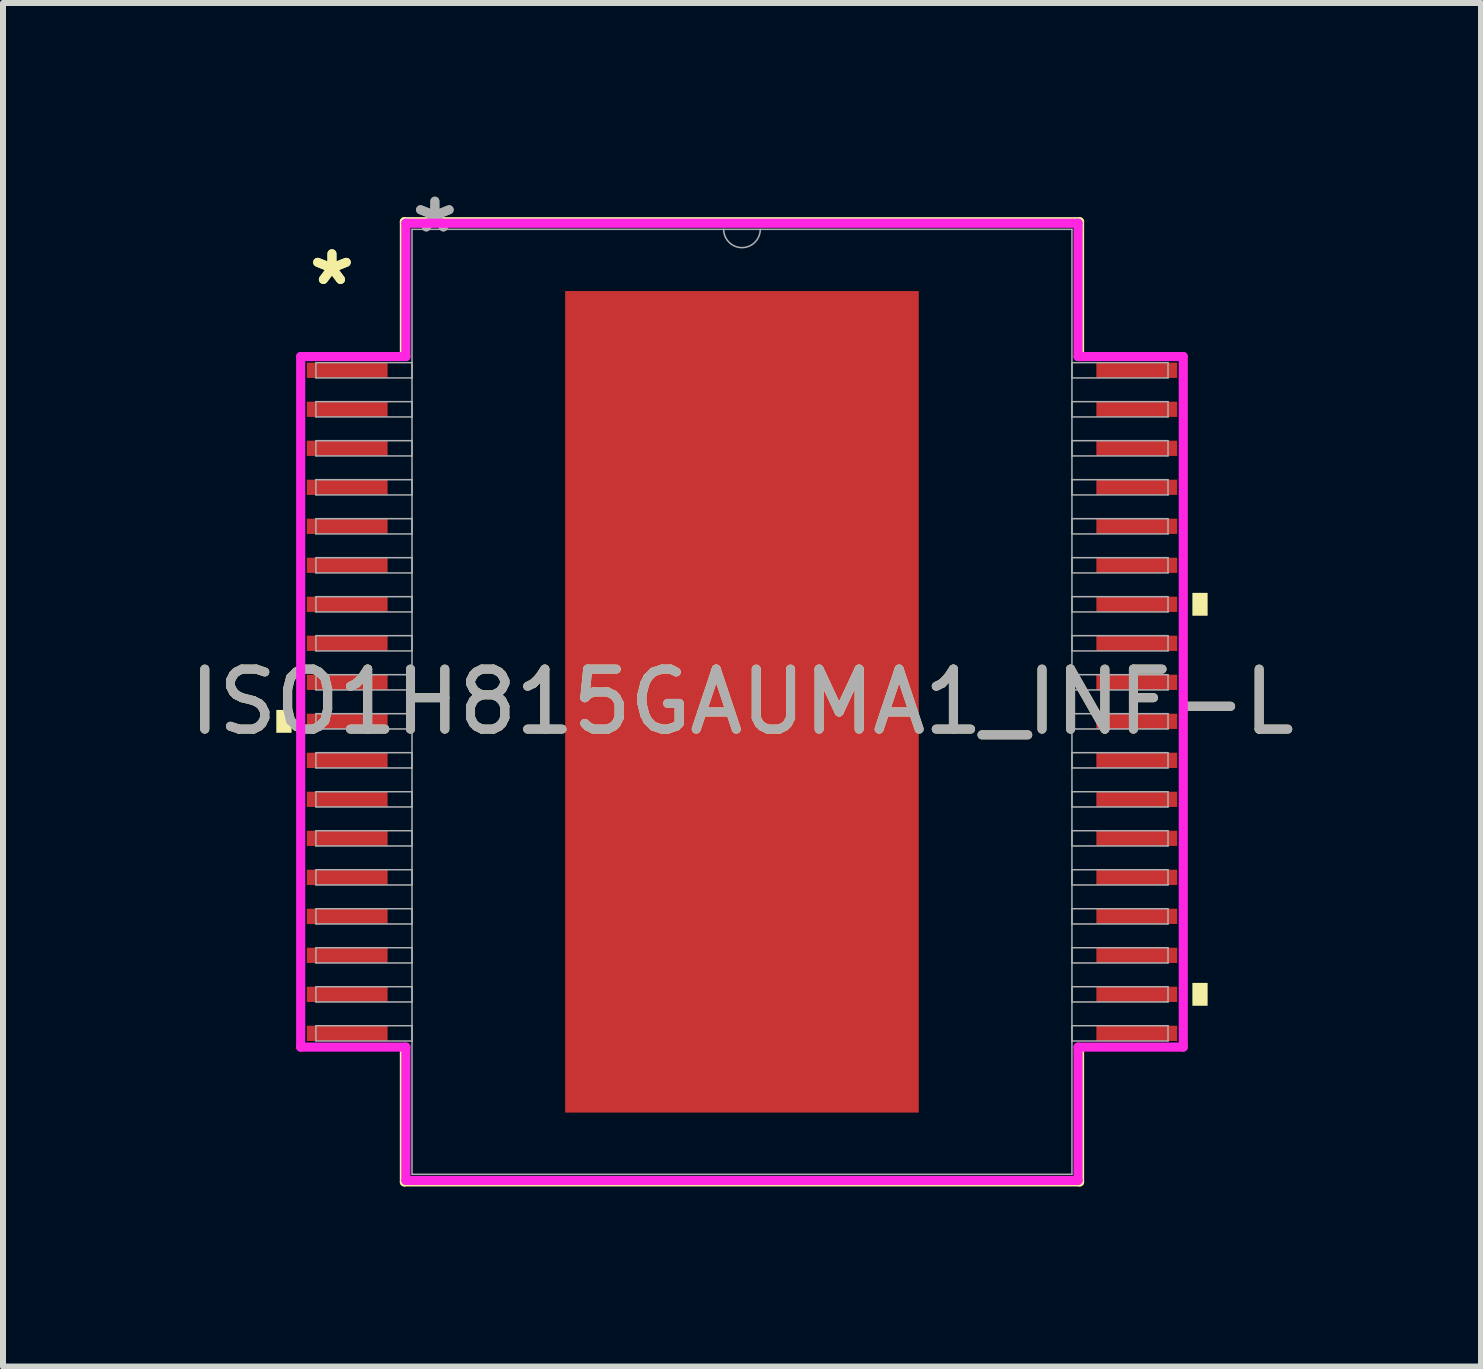
<source format=kicad_pcb>
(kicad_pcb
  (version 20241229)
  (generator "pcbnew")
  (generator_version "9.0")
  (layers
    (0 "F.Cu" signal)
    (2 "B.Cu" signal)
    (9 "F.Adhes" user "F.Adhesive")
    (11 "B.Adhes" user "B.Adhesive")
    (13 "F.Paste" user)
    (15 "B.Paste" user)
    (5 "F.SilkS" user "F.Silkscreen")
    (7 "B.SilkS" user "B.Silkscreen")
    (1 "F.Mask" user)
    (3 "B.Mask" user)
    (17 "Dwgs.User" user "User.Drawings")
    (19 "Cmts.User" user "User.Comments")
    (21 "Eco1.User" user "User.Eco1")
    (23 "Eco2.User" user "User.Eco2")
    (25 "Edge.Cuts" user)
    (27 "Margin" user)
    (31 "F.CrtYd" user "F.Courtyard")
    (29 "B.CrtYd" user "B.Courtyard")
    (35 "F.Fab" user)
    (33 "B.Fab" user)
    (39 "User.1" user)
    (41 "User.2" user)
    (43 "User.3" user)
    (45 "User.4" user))
  (footprint "ISO1H815GAUMA1_INF-L"
    (layer "F.Cu")
    (at 9.315 8.646)
    (property "Reference" "ISO1H815GAUMA1_INF-L" (at 0 0 0) (unlocked yes) (layer "F.SilkS") (effects (font (size 1 1) (thickness 0.15))))
    (attr smd)
    (fp_line (start -5.626 -8.001) (end -5.626 -5.832) (stroke (width 0.152) (type solid)) (layer "F.SilkS"))
    (fp_line (start -5.626 5.832) (end -5.626 8.001) (stroke (width 0.152) (type solid)) (layer "F.SilkS"))
    (fp_line (start -5.626 8.001) (end 5.626 8.001) (stroke (width 0.152) (type solid)) (layer "F.SilkS"))
    (fp_line (start 5.626 -8.001) (end -5.626 -8.001) (stroke (width 0.152) (type solid)) (layer "F.SilkS"))
    (fp_line (start 5.626 -5.832) (end 5.626 -8.001) (stroke (width 0.152) (type solid)) (layer "F.SilkS"))
    (fp_line (start 5.626 8.001) (end 5.626 5.832) (stroke (width 0.152) (type solid)) (layer "F.SilkS"))
    (fp_poly (pts (xy -7.76 0.135) (xy -7.76 0.516) (xy -7.506 0.516) (xy -7.506 0.135)) (stroke (width 0) (type solid)) (fill yes) (layer "F.SilkS"))
    (fp_poly (pts (xy 7.76 -1.816) (xy 7.76 -1.435) (xy 7.506 -1.435) (xy 7.506 -1.816)) (stroke (width 0) (type solid)) (fill yes) (layer "F.SilkS"))
    (fp_poly (pts (xy 7.76 4.684) (xy 7.76 5.065) (xy 7.506 5.065) (xy 7.506 4.684)) (stroke (width 0) (type solid)) (fill yes) (layer "F.SilkS"))
    (fp_poly (pts (xy -2.846 -6.745) (xy -2.846 -5.576) (xy -1.573 -5.576) (xy -1.573 -6.745)) (stroke (width 0) (type solid)) (fill yes) (layer "F.Paste"))
    (fp_poly (pts (xy -2.846 -5.376) (xy -2.846 -4.207) (xy -1.573 -4.207) (xy -1.573 -5.376)) (stroke (width 0) (type solid)) (fill yes) (layer "F.Paste"))
    (fp_poly (pts (xy -2.846 -4.007) (xy -2.846 -2.838) (xy -1.573 -2.838) (xy -1.573 -4.007)) (stroke (width 0) (type solid)) (fill yes) (layer "F.Paste"))
    (fp_poly (pts (xy -2.846 -2.638) (xy -2.846 -1.469) (xy -1.573 -1.469) (xy -1.573 -2.638)) (stroke (width 0) (type solid)) (fill yes) (layer "F.Paste"))
    (fp_poly (pts (xy -2.846 -1.269) (xy -2.846 -0.1) (xy -1.573 -0.1) (xy -1.573 -1.269)) (stroke (width 0) (type solid)) (fill yes) (layer "F.Paste"))
    (fp_poly (pts (xy -2.846 0.1) (xy -2.846 1.269) (xy -1.573 1.269) (xy -1.573 0.1)) (stroke (width 0) (type solid)) (fill yes) (layer "F.Paste"))
    (fp_poly (pts (xy -2.846 1.469) (xy -2.846 2.638) (xy -1.573 2.638) (xy -1.573 1.469)) (stroke (width 0) (type solid)) (fill yes) (layer "F.Paste"))
    (fp_poly (pts (xy -2.846 2.838) (xy -2.846 4.007) (xy -1.573 4.007) (xy -1.573 2.838)) (stroke (width 0) (type solid)) (fill yes) (layer "F.Paste"))
    (fp_poly (pts (xy -2.846 4.207) (xy -2.846 5.376) (xy -1.573 5.376) (xy -1.573 4.207)) (stroke (width 0) (type solid)) (fill yes) (layer "F.Paste"))
    (fp_poly (pts (xy -2.846 5.576) (xy -2.846 6.745) (xy -1.573 6.745) (xy -1.573 5.576)) (stroke (width 0) (type solid)) (fill yes) (layer "F.Paste"))
    (fp_poly (pts (xy -1.373 -6.745) (xy -1.373 -5.576) (xy -0.1 -5.576) (xy -0.1 -6.745)) (stroke (width 0) (type solid)) (fill yes) (layer "F.Paste"))
    (fp_poly (pts (xy -1.373 -5.376) (xy -1.373 -4.207) (xy -0.1 -4.207) (xy -0.1 -5.376)) (stroke (width 0) (type solid)) (fill yes) (layer "F.Paste"))
    (fp_poly (pts (xy -1.373 -4.007) (xy -1.373 -2.838) (xy -0.1 -2.838) (xy -0.1 -4.007)) (stroke (width 0) (type solid)) (fill yes) (layer "F.Paste"))
    (fp_poly (pts (xy -1.373 -2.638) (xy -1.373 -1.469) (xy -0.1 -1.469) (xy -0.1 -2.638)) (stroke (width 0) (type solid)) (fill yes) (layer "F.Paste"))
    (fp_poly (pts (xy -1.373 -1.269) (xy -1.373 -0.1) (xy -0.1 -0.1) (xy -0.1 -1.269)) (stroke (width 0) (type solid)) (fill yes) (layer "F.Paste"))
    (fp_poly (pts (xy -1.373 0.1) (xy -1.373 1.269) (xy -0.1 1.269) (xy -0.1 0.1)) (stroke (width 0) (type solid)) (fill yes) (layer "F.Paste"))
    (fp_poly (pts (xy -1.373 1.469) (xy -1.373 2.638) (xy -0.1 2.638) (xy -0.1 1.469)) (stroke (width 0) (type solid)) (fill yes) (layer "F.Paste"))
    (fp_poly (pts (xy -1.373 2.838) (xy -1.373 4.007) (xy -0.1 4.007) (xy -0.1 2.838)) (stroke (width 0) (type solid)) (fill yes) (layer "F.Paste"))
    (fp_poly (pts (xy -1.373 4.207) (xy -1.373 5.376) (xy -0.1 5.376) (xy -0.1 4.207)) (stroke (width 0) (type solid)) (fill yes) (layer "F.Paste"))
    (fp_poly (pts (xy -1.373 5.576) (xy -1.373 6.745) (xy -0.1 6.745) (xy -0.1 5.576)) (stroke (width 0) (type solid)) (fill yes) (layer "F.Paste"))
    (fp_poly (pts (xy 0.1 -6.745) (xy 0.1 -5.576) (xy 1.373 -5.576) (xy 1.373 -6.745)) (stroke (width 0) (type solid)) (fill yes) (layer "F.Paste"))
    (fp_poly (pts (xy 0.1 -5.376) (xy 0.1 -4.207) (xy 1.373 -4.207) (xy 1.373 -5.376)) (stroke (width 0) (type solid)) (fill yes) (layer "F.Paste"))
    (fp_poly (pts (xy 0.1 -4.007) (xy 0.1 -2.838) (xy 1.373 -2.838) (xy 1.373 -4.007)) (stroke (width 0) (type solid)) (fill yes) (layer "F.Paste"))
    (fp_poly (pts (xy 0.1 -2.638) (xy 0.1 -1.469) (xy 1.373 -1.469) (xy 1.373 -2.638)) (stroke (width 0) (type solid)) (fill yes) (layer "F.Paste"))
    (fp_poly (pts (xy 0.1 -1.269) (xy 0.1 -0.1) (xy 1.373 -0.1) (xy 1.373 -1.269)) (stroke (width 0) (type solid)) (fill yes) (layer "F.Paste"))
    (fp_poly (pts (xy 0.1 0.1) (xy 0.1 1.269) (xy 1.373 1.269) (xy 1.373 0.1)) (stroke (width 0) (type solid)) (fill yes) (layer "F.Paste"))
    (fp_poly (pts (xy 0.1 1.469) (xy 0.1 2.638) (xy 1.373 2.638) (xy 1.373 1.469)) (stroke (width 0) (type solid)) (fill yes) (layer "F.Paste"))
    (fp_poly (pts (xy 0.1 2.838) (xy 0.1 4.007) (xy 1.373 4.007) (xy 1.373 2.838)) (stroke (width 0) (type solid)) (fill yes) (layer "F.Paste"))
    (fp_poly (pts (xy 0.1 4.207) (xy 0.1 5.376) (xy 1.373 5.376) (xy 1.373 4.207)) (stroke (width 0) (type solid)) (fill yes) (layer "F.Paste"))
    (fp_poly (pts (xy 0.1 5.576) (xy 0.1 6.745) (xy 1.373 6.745) (xy 1.373 5.576)) (stroke (width 0) (type solid)) (fill yes) (layer "F.Paste"))
    (fp_poly (pts (xy 1.573 -6.745) (xy 1.573 -5.576) (xy 2.846 -5.576) (xy 2.846 -6.745)) (stroke (width 0) (type solid)) (fill yes) (layer "F.Paste"))
    (fp_poly (pts (xy 1.573 -5.376) (xy 1.573 -4.207) (xy 2.846 -4.207) (xy 2.846 -5.376)) (stroke (width 0) (type solid)) (fill yes) (layer "F.Paste"))
    (fp_poly (pts (xy 1.573 -4.007) (xy 1.573 -2.838) (xy 2.846 -2.838) (xy 2.846 -4.007)) (stroke (width 0) (type solid)) (fill yes) (layer "F.Paste"))
    (fp_poly (pts (xy 1.573 -2.638) (xy 1.573 -1.469) (xy 2.846 -1.469) (xy 2.846 -2.638)) (stroke (width 0) (type solid)) (fill yes) (layer "F.Paste"))
    (fp_poly (pts (xy 1.573 -1.269) (xy 1.573 -0.1) (xy 2.846 -0.1) (xy 2.846 -1.269)) (stroke (width 0) (type solid)) (fill yes) (layer "F.Paste"))
    (fp_poly (pts (xy 1.573 0.1) (xy 1.573 1.269) (xy 2.846 1.269) (xy 2.846 0.1)) (stroke (width 0) (type solid)) (fill yes) (layer "F.Paste"))
    (fp_poly (pts (xy 1.573 1.469) (xy 1.573 2.638) (xy 2.846 2.638) (xy 2.846 1.469)) (stroke (width 0) (type solid)) (fill yes) (layer "F.Paste"))
    (fp_poly (pts (xy 1.573 2.838) (xy 1.573 4.007) (xy 2.846 4.007) (xy 2.846 2.838)) (stroke (width 0) (type solid)) (fill yes) (layer "F.Paste"))
    (fp_poly (pts (xy 1.573 4.207) (xy 1.573 5.376) (xy 2.846 5.376) (xy 2.846 4.207)) (stroke (width 0) (type solid)) (fill yes) (layer "F.Paste"))
    (fp_poly (pts (xy 1.573 5.576) (xy 1.573 6.745) (xy 2.846 6.745) (xy 2.846 5.576)) (stroke (width 0) (type solid)) (fill yes) (layer "F.Paste"))
    (fp_line (start -7.354 -5.754) (end -5.601 -5.754) (stroke (width 0.152) (type solid)) (layer "F.CrtYd"))
    (fp_line (start -7.354 5.754) (end -7.354 -5.754) (stroke (width 0.152) (type solid)) (layer "F.CrtYd"))
    (fp_line (start -7.354 5.754) (end -5.601 5.754) (stroke (width 0.152) (type solid)) (layer "F.CrtYd"))
    (fp_line (start -5.601 -7.976) (end 5.601 -7.976) (stroke (width 0.152) (type solid)) (layer "F.CrtYd"))
    (fp_line (start -5.601 -5.754) (end -5.601 -7.976) (stroke (width 0.152) (type solid)) (layer "F.CrtYd"))
    (fp_line (start -5.601 7.976) (end -5.601 5.754) (stroke (width 0.152) (type solid)) (layer "F.CrtYd"))
    (fp_line (start 5.601 -7.976) (end 5.601 -5.754) (stroke (width 0.152) (type solid)) (layer "F.CrtYd"))
    (fp_line (start 5.601 5.754) (end 5.601 7.976) (stroke (width 0.152) (type solid)) (layer "F.CrtYd"))
    (fp_line (start 5.601 7.976) (end -5.601 7.976) (stroke (width 0.152) (type solid)) (layer "F.CrtYd"))
    (fp_line (start 7.354 -5.754) (end 5.601 -5.754) (stroke (width 0.152) (type solid)) (layer "F.CrtYd"))
    (fp_line (start 7.354 -5.754) (end 7.354 5.754) (stroke (width 0.152) (type solid)) (layer "F.CrtYd"))
    (fp_line (start 7.354 5.754) (end 5.601 5.754) (stroke (width 0.152) (type solid)) (layer "F.CrtYd"))
    (fp_line (start -7.1 -5.652) (end -7.1 -5.398) (stroke (width 0.025) (type solid)) (layer "F.Fab"))
    (fp_line (start -7.1 -5.398) (end -5.499 -5.398) (stroke (width 0.025) (type solid)) (layer "F.Fab"))
    (fp_line (start -7.1 -5.002) (end -7.1 -4.748) (stroke (width 0.025) (type solid)) (layer "F.Fab"))
    (fp_line (start -7.1 -4.748) (end -5.499 -4.748) (stroke (width 0.025) (type solid)) (layer "F.Fab"))
    (fp_line (start -7.1 -4.352) (end -7.1 -4.098) (stroke (width 0.025) (type solid)) (layer "F.Fab"))
    (fp_line (start -7.1 -4.098) (end -5.499 -4.098) (stroke (width 0.025) (type solid)) (layer "F.Fab"))
    (fp_line (start -7.1 -3.702) (end -7.1 -3.448) (stroke (width 0.025) (type solid)) (layer "F.Fab"))
    (fp_line (start -7.1 -3.448) (end -5.499 -3.448) (stroke (width 0.025) (type solid)) (layer "F.Fab"))
    (fp_line (start -7.1 -3.052) (end -7.1 -2.798) (stroke (width 0.025) (type solid)) (layer "F.Fab"))
    (fp_line (start -7.1 -2.798) (end -5.499 -2.798) (stroke (width 0.025) (type solid)) (layer "F.Fab"))
    (fp_line (start -7.1 -2.402) (end -7.1 -2.148) (stroke (width 0.025) (type solid)) (layer "F.Fab"))
    (fp_line (start -7.1 -2.148) (end -5.499 -2.148) (stroke (width 0.025) (type solid)) (layer "F.Fab"))
    (fp_line (start -7.1 -1.752) (end -7.1 -1.498) (stroke (width 0.025) (type solid)) (layer "F.Fab"))
    (fp_line (start -7.1 -1.498) (end -5.499 -1.498) (stroke (width 0.025) (type solid)) (layer "F.Fab"))
    (fp_line (start -7.1 -1.102) (end -7.1 -0.848) (stroke (width 0.025) (type solid)) (layer "F.Fab"))
    (fp_line (start -7.1 -0.848) (end -5.499 -0.848) (stroke (width 0.025) (type solid)) (layer "F.Fab"))
    (fp_line (start -7.1 -0.452) (end -7.1 -0.198) (stroke (width 0.025) (type solid)) (layer "F.Fab"))
    (fp_line (start -7.1 -0.198) (end -5.499 -0.198) (stroke (width 0.025) (type solid)) (layer "F.Fab"))
    (fp_line (start -7.1 0.198) (end -7.1 0.452) (stroke (width 0.025) (type solid)) (layer "F.Fab"))
    (fp_line (start -7.1 0.452) (end -5.499 0.452) (stroke (width 0.025) (type solid)) (layer "F.Fab"))
    (fp_line (start -7.1 0.848) (end -7.1 1.102) (stroke (width 0.025) (type solid)) (layer "F.Fab"))
    (fp_line (start -7.1 1.102) (end -5.499 1.102) (stroke (width 0.025) (type solid)) (layer "F.Fab"))
    (fp_line (start -7.1 1.498) (end -7.1 1.752) (stroke (width 0.025) (type solid)) (layer "F.Fab"))
    (fp_line (start -7.1 1.752) (end -5.499 1.752) (stroke (width 0.025) (type solid)) (layer "F.Fab"))
    (fp_line (start -7.1 2.148) (end -7.1 2.402) (stroke (width 0.025) (type solid)) (layer "F.Fab"))
    (fp_line (start -7.1 2.402) (end -5.499 2.402) (stroke (width 0.025) (type solid)) (layer "F.Fab"))
    (fp_line (start -7.1 2.798) (end -7.1 3.052) (stroke (width 0.025) (type solid)) (layer "F.Fab"))
    (fp_line (start -7.1 3.052) (end -5.499 3.052) (stroke (width 0.025) (type solid)) (layer "F.Fab"))
    (fp_line (start -7.1 3.448) (end -7.1 3.702) (stroke (width 0.025) (type solid)) (layer "F.Fab"))
    (fp_line (start -7.1 3.702) (end -5.499 3.702) (stroke (width 0.025) (type solid)) (layer "F.Fab"))
    (fp_line (start -7.1 4.098) (end -7.1 4.352) (stroke (width 0.025) (type solid)) (layer "F.Fab"))
    (fp_line (start -7.1 4.352) (end -5.499 4.352) (stroke (width 0.025) (type solid)) (layer "F.Fab"))
    (fp_line (start -7.1 4.748) (end -7.1 5.002) (stroke (width 0.025) (type solid)) (layer "F.Fab"))
    (fp_line (start -7.1 5.002) (end -5.499 5.002) (stroke (width 0.025) (type solid)) (layer "F.Fab"))
    (fp_line (start -7.1 5.398) (end -7.1 5.652) (stroke (width 0.025) (type solid)) (layer "F.Fab"))
    (fp_line (start -7.1 5.652) (end -5.499 5.652) (stroke (width 0.025) (type solid)) (layer "F.Fab"))
    (fp_line (start -5.499 -7.874) (end -5.499 7.874) (stroke (width 0.025) (type solid)) (layer "F.Fab"))
    (fp_line (start -5.499 -5.652) (end -7.1 -5.652) (stroke (width 0.025) (type solid)) (layer "F.Fab"))
    (fp_line (start -5.499 -5.398) (end -5.499 -5.652) (stroke (width 0.025) (type solid)) (layer "F.Fab"))
    (fp_line (start -5.499 -5.002) (end -7.1 -5.002) (stroke (width 0.025) (type solid)) (layer "F.Fab"))
    (fp_line (start -5.499 -4.748) (end -5.499 -5.002) (stroke (width 0.025) (type solid)) (layer "F.Fab"))
    (fp_line (start -5.499 -4.352) (end -7.1 -4.352) (stroke (width 0.025) (type solid)) (layer "F.Fab"))
    (fp_line (start -5.499 -4.098) (end -5.499 -4.352) (stroke (width 0.025) (type solid)) (layer "F.Fab"))
    (fp_line (start -5.499 -3.702) (end -7.1 -3.702) (stroke (width 0.025) (type solid)) (layer "F.Fab"))
    (fp_line (start -5.499 -3.448) (end -5.499 -3.702) (stroke (width 0.025) (type solid)) (layer "F.Fab"))
    (fp_line (start -5.499 -3.052) (end -7.1 -3.052) (stroke (width 0.025) (type solid)) (layer "F.Fab"))
    (fp_line (start -5.499 -2.798) (end -5.499 -3.052) (stroke (width 0.025) (type solid)) (layer "F.Fab"))
    (fp_line (start -5.499 -2.402) (end -7.1 -2.402) (stroke (width 0.025) (type solid)) (layer "F.Fab"))
    (fp_line (start -5.499 -2.148) (end -5.499 -2.402) (stroke (width 0.025) (type solid)) (layer "F.Fab"))
    (fp_line (start -5.499 -1.752) (end -7.1 -1.752) (stroke (width 0.025) (type solid)) (layer "F.Fab"))
    (fp_line (start -5.499 -1.498) (end -5.499 -1.752) (stroke (width 0.025) (type solid)) (layer "F.Fab"))
    (fp_line (start -5.499 -1.102) (end -7.1 -1.102) (stroke (width 0.025) (type solid)) (layer "F.Fab"))
    (fp_line (start -5.499 -0.848) (end -5.499 -1.102) (stroke (width 0.025) (type solid)) (layer "F.Fab"))
    (fp_line (start -5.499 -0.452) (end -7.1 -0.452) (stroke (width 0.025) (type solid)) (layer "F.Fab"))
    (fp_line (start -5.499 -0.198) (end -5.499 -0.452) (stroke (width 0.025) (type solid)) (layer "F.Fab"))
    (fp_line (start -5.499 0.198) (end -7.1 0.198) (stroke (width 0.025) (type solid)) (layer "F.Fab"))
    (fp_line (start -5.499 0.452) (end -5.499 0.198) (stroke (width 0.025) (type solid)) (layer "F.Fab"))
    (fp_line (start -5.499 0.848) (end -7.1 0.848) (stroke (width 0.025) (type solid)) (layer "F.Fab"))
    (fp_line (start -5.499 1.102) (end -5.499 0.848) (stroke (width 0.025) (type solid)) (layer "F.Fab"))
    (fp_line (start -5.499 1.498) (end -7.1 1.498) (stroke (width 0.025) (type solid)) (layer "F.Fab"))
    (fp_line (start -5.499 1.752) (end -5.499 1.498) (stroke (width 0.025) (type solid)) (layer "F.Fab"))
    (fp_line (start -5.499 2.148) (end -7.1 2.148) (stroke (width 0.025) (type solid)) (layer "F.Fab"))
    (fp_line (start -5.499 2.402) (end -5.499 2.148) (stroke (width 0.025) (type solid)) (layer "F.Fab"))
    (fp_line (start -5.499 2.798) (end -7.1 2.798) (stroke (width 0.025) (type solid)) (layer "F.Fab"))
    (fp_line (start -5.499 3.052) (end -5.499 2.798) (stroke (width 0.025) (type solid)) (layer "F.Fab"))
    (fp_line (start -5.499 3.448) (end -7.1 3.448) (stroke (width 0.025) (type solid)) (layer "F.Fab"))
    (fp_line (start -5.499 3.702) (end -5.499 3.448) (stroke (width 0.025) (type solid)) (layer "F.Fab"))
    (fp_line (start -5.499 4.098) (end -7.1 4.098) (stroke (width 0.025) (type solid)) (layer "F.Fab"))
    (fp_line (start -5.499 4.352) (end -5.499 4.098) (stroke (width 0.025) (type solid)) (layer "F.Fab"))
    (fp_line (start -5.499 4.748) (end -7.1 4.748) (stroke (width 0.025) (type solid)) (layer "F.Fab"))
    (fp_line (start -5.499 5.002) (end -5.499 4.748) (stroke (width 0.025) (type solid)) (layer "F.Fab"))
    (fp_line (start -5.499 5.398) (end -7.1 5.398) (stroke (width 0.025) (type solid)) (layer "F.Fab"))
    (fp_line (start -5.499 5.652) (end -5.499 5.398) (stroke (width 0.025) (type solid)) (layer "F.Fab"))
    (fp_line (start -5.499 7.874) (end 5.499 7.874) (stroke (width 0.025) (type solid)) (layer "F.Fab"))
    (fp_line (start 5.499 -7.874) (end -5.499 -7.874) (stroke (width 0.025) (type solid)) (layer "F.Fab"))
    (fp_line (start 5.499 -5.652) (end 5.499 -5.398) (stroke (width 0.025) (type solid)) (layer "F.Fab"))
    (fp_line (start 5.499 -5.398) (end 7.1 -5.398) (stroke (width 0.025) (type solid)) (layer "F.Fab"))
    (fp_line (start 5.499 -5.002) (end 5.499 -4.748) (stroke (width 0.025) (type solid)) (layer "F.Fab"))
    (fp_line (start 5.499 -4.748) (end 7.1 -4.748) (stroke (width 0.025) (type solid)) (layer "F.Fab"))
    (fp_line (start 5.499 -4.352) (end 5.499 -4.098) (stroke (width 0.025) (type solid)) (layer "F.Fab"))
    (fp_line (start 5.499 -4.098) (end 7.1 -4.098) (stroke (width 0.025) (type solid)) (layer "F.Fab"))
    (fp_line (start 5.499 -3.702) (end 5.499 -3.448) (stroke (width 0.025) (type solid)) (layer "F.Fab"))
    (fp_line (start 5.499 -3.448) (end 7.1 -3.448) (stroke (width 0.025) (type solid)) (layer "F.Fab"))
    (fp_line (start 5.499 -3.052) (end 5.499 -2.798) (stroke (width 0.025) (type solid)) (layer "F.Fab"))
    (fp_line (start 5.499 -2.798) (end 7.1 -2.798) (stroke (width 0.025) (type solid)) (layer "F.Fab"))
    (fp_line (start 5.499 -2.402) (end 5.499 -2.148) (stroke (width 0.025) (type solid)) (layer "F.Fab"))
    (fp_line (start 5.499 -2.148) (end 7.1 -2.148) (stroke (width 0.025) (type solid)) (layer "F.Fab"))
    (fp_line (start 5.499 -1.752) (end 5.499 -1.498) (stroke (width 0.025) (type solid)) (layer "F.Fab"))
    (fp_line (start 5.499 -1.498) (end 7.1 -1.498) (stroke (width 0.025) (type solid)) (layer "F.Fab"))
    (fp_line (start 5.499 -1.102) (end 5.499 -0.848) (stroke (width 0.025) (type solid)) (layer "F.Fab"))
    (fp_line (start 5.499 -0.848) (end 7.1 -0.848) (stroke (width 0.025) (type solid)) (layer "F.Fab"))
    (fp_line (start 5.499 -0.452) (end 5.499 -0.198) (stroke (width 0.025) (type solid)) (layer "F.Fab"))
    (fp_line (start 5.499 -0.198) (end 7.1 -0.198) (stroke (width 0.025) (type solid)) (layer "F.Fab"))
    (fp_line (start 5.499 0.198) (end 5.499 0.452) (stroke (width 0.025) (type solid)) (layer "F.Fab"))
    (fp_line (start 5.499 0.452) (end 7.1 0.452) (stroke (width 0.025) (type solid)) (layer "F.Fab"))
    (fp_line (start 5.499 0.848) (end 5.499 1.102) (stroke (width 0.025) (type solid)) (layer "F.Fab"))
    (fp_line (start 5.499 1.102) (end 7.1 1.102) (stroke (width 0.025) (type solid)) (layer "F.Fab"))
    (fp_line (start 5.499 1.498) (end 5.499 1.752) (stroke (width 0.025) (type solid)) (layer "F.Fab"))
    (fp_line (start 5.499 1.752) (end 7.1 1.752) (stroke (width 0.025) (type solid)) (layer "F.Fab"))
    (fp_line (start 5.499 2.148) (end 5.499 2.402) (stroke (width 0.025) (type solid)) (layer "F.Fab"))
    (fp_line (start 5.499 2.402) (end 7.1 2.402) (stroke (width 0.025) (type solid)) (layer "F.Fab"))
    (fp_line (start 5.499 2.798) (end 5.499 3.052) (stroke (width 0.025) (type solid)) (layer "F.Fab"))
    (fp_line (start 5.499 3.052) (end 7.1 3.052) (stroke (width 0.025) (type solid)) (layer "F.Fab"))
    (fp_line (start 5.499 3.448) (end 5.499 3.702) (stroke (width 0.025) (type solid)) (layer "F.Fab"))
    (fp_line (start 5.499 3.702) (end 7.1 3.702) (stroke (width 0.025) (type solid)) (layer "F.Fab"))
    (fp_line (start 5.499 4.098) (end 5.499 4.352) (stroke (width 0.025) (type solid)) (layer "F.Fab"))
    (fp_line (start 5.499 4.352) (end 7.1 4.352) (stroke (width 0.025) (type solid)) (layer "F.Fab"))
    (fp_line (start 5.499 4.748) (end 5.499 5.002) (stroke (width 0.025) (type solid)) (layer "F.Fab"))
    (fp_line (start 5.499 5.002) (end 7.1 5.002) (stroke (width 0.025) (type solid)) (layer "F.Fab"))
    (fp_line (start 5.499 5.398) (end 5.499 5.652) (stroke (width 0.025) (type solid)) (layer "F.Fab"))
    (fp_line (start 5.499 5.652) (end 7.1 5.652) (stroke (width 0.025) (type solid)) (layer "F.Fab"))
    (fp_line (start 5.499 7.874) (end 5.499 -7.874) (stroke (width 0.025) (type solid)) (layer "F.Fab"))
    (fp_line (start 7.1 -5.652) (end 5.499 -5.652) (stroke (width 0.025) (type solid)) (layer "F.Fab"))
    (fp_line (start 7.1 -5.398) (end 7.1 -5.652) (stroke (width 0.025) (type solid)) (layer "F.Fab"))
    (fp_line (start 7.1 -5.002) (end 5.499 -5.002) (stroke (width 0.025) (type solid)) (layer "F.Fab"))
    (fp_line (start 7.1 -4.748) (end 7.1 -5.002) (stroke (width 0.025) (type solid)) (layer "F.Fab"))
    (fp_line (start 7.1 -4.352) (end 5.499 -4.352) (stroke (width 0.025) (type solid)) (layer "F.Fab"))
    (fp_line (start 7.1 -4.098) (end 7.1 -4.352) (stroke (width 0.025) (type solid)) (layer "F.Fab"))
    (fp_line (start 7.1 -3.702) (end 5.499 -3.702) (stroke (width 0.025) (type solid)) (layer "F.Fab"))
    (fp_line (start 7.1 -3.448) (end 7.1 -3.702) (stroke (width 0.025) (type solid)) (layer "F.Fab"))
    (fp_line (start 7.1 -3.052) (end 5.499 -3.052) (stroke (width 0.025) (type solid)) (layer "F.Fab"))
    (fp_line (start 7.1 -2.798) (end 7.1 -3.052) (stroke (width 0.025) (type solid)) (layer "F.Fab"))
    (fp_line (start 7.1 -2.402) (end 5.499 -2.402) (stroke (width 0.025) (type solid)) (layer "F.Fab"))
    (fp_line (start 7.1 -2.148) (end 7.1 -2.402) (stroke (width 0.025) (type solid)) (layer "F.Fab"))
    (fp_line (start 7.1 -1.752) (end 5.499 -1.752) (stroke (width 0.025) (type solid)) (layer "F.Fab"))
    (fp_line (start 7.1 -1.498) (end 7.1 -1.752) (stroke (width 0.025) (type solid)) (layer "F.Fab"))
    (fp_line (start 7.1 -1.102) (end 5.499 -1.102) (stroke (width 0.025) (type solid)) (layer "F.Fab"))
    (fp_line (start 7.1 -0.848) (end 7.1 -1.102) (stroke (width 0.025) (type solid)) (layer "F.Fab"))
    (fp_line (start 7.1 -0.452) (end 5.499 -0.452) (stroke (width 0.025) (type solid)) (layer "F.Fab"))
    (fp_line (start 7.1 -0.198) (end 7.1 -0.452) (stroke (width 0.025) (type solid)) (layer "F.Fab"))
    (fp_line (start 7.1 0.198) (end 5.499 0.198) (stroke (width 0.025) (type solid)) (layer "F.Fab"))
    (fp_line (start 7.1 0.452) (end 7.1 0.198) (stroke (width 0.025) (type solid)) (layer "F.Fab"))
    (fp_line (start 7.1 0.848) (end 5.499 0.848) (stroke (width 0.025) (type solid)) (layer "F.Fab"))
    (fp_line (start 7.1 1.102) (end 7.1 0.848) (stroke (width 0.025) (type solid)) (layer "F.Fab"))
    (fp_line (start 7.1 1.498) (end 5.499 1.498) (stroke (width 0.025) (type solid)) (layer "F.Fab"))
    (fp_line (start 7.1 1.752) (end 7.1 1.498) (stroke (width 0.025) (type solid)) (layer "F.Fab"))
    (fp_line (start 7.1 2.148) (end 5.499 2.148) (stroke (width 0.025) (type solid)) (layer "F.Fab"))
    (fp_line (start 7.1 2.402) (end 7.1 2.148) (stroke (width 0.025) (type solid)) (layer "F.Fab"))
    (fp_line (start 7.1 2.798) (end 5.499 2.798) (stroke (width 0.025) (type solid)) (layer "F.Fab"))
    (fp_line (start 7.1 3.052) (end 7.1 2.798) (stroke (width 0.025) (type solid)) (layer "F.Fab"))
    (fp_line (start 7.1 3.448) (end 5.499 3.448) (stroke (width 0.025) (type solid)) (layer "F.Fab"))
    (fp_line (start 7.1 3.702) (end 7.1 3.448) (stroke (width 0.025) (type solid)) (layer "F.Fab"))
    (fp_line (start 7.1 4.098) (end 5.499 4.098) (stroke (width 0.025) (type solid)) (layer "F.Fab"))
    (fp_line (start 7.1 4.352) (end 7.1 4.098) (stroke (width 0.025) (type solid)) (layer "F.Fab"))
    (fp_line (start 7.1 4.748) (end 5.499 4.748) (stroke (width 0.025) (type solid)) (layer "F.Fab"))
    (fp_line (start 7.1 5.002) (end 7.1 4.748) (stroke (width 0.025) (type solid)) (layer "F.Fab"))
    (fp_line (start 7.1 5.398) (end 5.499 5.398) (stroke (width 0.025) (type solid)) (layer "F.Fab"))
    (fp_line (start 7.1 5.652) (end 7.1 5.398) (stroke (width 0.025) (type solid)) (layer "F.Fab"))
    (fp_arc (start 0.3048 -7.874) (mid 0 -7.5692) (end -0.3048 -7.874) (stroke (width 0.0254) (type solid)) (layer "F.Fab"))
    (fp_text user "*" (at -6.833 -6.922 0) (layer "F.SilkS") (effects (font (size 1 1) (thickness 0.15))))
    (fp_text user "*" (at -6.833 -6.922 0) (unlocked yes) (layer "F.SilkS") (effects (font (size 1 1) (thickness 0.15))))
    (fp_text user "*" (at -5.118 -7.798 0) (unlocked yes) (layer "F.Fab") (effects (font (size 1 1) (thickness 0.15))))
    (fp_text user "${REFERENCE}" (at 0 0 0) (unlocked yes) (layer "F.Fab") (effects (font (size 1 1) (thickness 0.15))))
    (fp_text user "*" (at -5.118 -7.798 0) (layer "F.Fab") (effects (font (size 1 1) (thickness 0.15))))
    (pad "1" smd rect (at -6.579 -5.525) (size 1.346 0.254) (layers "F.Cu" "F.Mask" "F.Paste"))
    (pad "2" smd rect (at -6.579 -4.875) (size 1.346 0.254) (layers "F.Cu" "F.Mask" "F.Paste"))
    (pad "3" smd rect (at -6.579 -4.225) (size 1.346 0.254) (layers "F.Cu" "F.Mask" "F.Paste"))
    (pad "4" smd rect (at -6.579 -3.575) (size 1.346 0.254) (layers "F.Cu" "F.Mask" "F.Paste"))
    (pad "5" smd rect (at -6.579 -2.925) (size 1.346 0.254) (layers "F.Cu" "F.Mask" "F.Paste"))
    (pad "6" smd rect (at -6.579 -2.275) (size 1.346 0.254) (layers "F.Cu" "F.Mask" "F.Paste"))
    (pad "7" smd rect (at -6.579 -1.625) (size 1.346 0.254) (layers "F.Cu" "F.Mask" "F.Paste"))
    (pad "8" smd rect (at -6.579 -0.975) (size 1.346 0.254) (layers "F.Cu" "F.Mask" "F.Paste"))
    (pad "9" smd rect (at -6.579 -0.325) (size 1.346 0.254) (layers "F.Cu" "F.Mask" "F.Paste"))
    (pad "10" smd rect (at -6.579 0.325) (size 1.346 0.254) (layers "F.Cu" "F.Mask" "F.Paste"))
    (pad "11" smd rect (at -6.579 0.975) (size 1.346 0.254) (layers "F.Cu" "F.Mask" "F.Paste"))
    (pad "12" smd rect (at -6.579 1.625) (size 1.346 0.254) (layers "F.Cu" "F.Mask" "F.Paste"))
    (pad "13" smd rect (at -6.579 2.275) (size 1.346 0.254) (layers "F.Cu" "F.Mask" "F.Paste"))
    (pad "14" smd rect (at -6.579 2.925) (size 1.346 0.254) (layers "F.Cu" "F.Mask" "F.Paste"))
    (pad "15" smd rect (at -6.579 3.575) (size 1.346 0.254) (layers "F.Cu" "F.Mask" "F.Paste"))
    (pad "16" smd rect (at -6.579 4.225) (size 1.346 0.254) (layers "F.Cu" "F.Mask" "F.Paste"))
    (pad "17" smd rect (at -6.579 4.875) (size 1.346 0.254) (layers "F.Cu" "F.Mask" "F.Paste"))
    (pad "18" smd rect (at -6.579 5.525) (size 1.346 0.254) (layers "F.Cu" "F.Mask" "F.Paste"))
    (pad "19" smd rect (at 6.579 5.525) (size 1.346 0.254) (layers "F.Cu" "F.Mask" "F.Paste"))
    (pad "20" smd rect (at 6.579 4.875) (size 1.346 0.254) (layers "F.Cu" "F.Mask" "F.Paste"))
    (pad "21" smd rect (at 6.579 4.225) (size 1.346 0.254) (layers "F.Cu" "F.Mask" "F.Paste"))
    (pad "22" smd rect (at 6.579 3.575) (size 1.346 0.254) (layers "F.Cu" "F.Mask" "F.Paste"))
    (pad "23" smd rect (at 6.579 2.925) (size 1.346 0.254) (layers "F.Cu" "F.Mask" "F.Paste"))
    (pad "24" smd rect (at 6.579 2.275) (size 1.346 0.254) (layers "F.Cu" "F.Mask" "F.Paste"))
    (pad "25" smd rect (at 6.579 1.625) (size 1.346 0.254) (layers "F.Cu" "F.Mask" "F.Paste"))
    (pad "26" smd rect (at 6.579 0.975) (size 1.346 0.254) (layers "F.Cu" "F.Mask" "F.Paste"))
    (pad "27" smd rect (at 6.579 0.325) (size 1.346 0.254) (layers "F.Cu" "F.Mask" "F.Paste"))
    (pad "28" smd rect (at 6.579 -0.325) (size 1.346 0.254) (layers "F.Cu" "F.Mask" "F.Paste"))
    (pad "29" smd rect (at 6.579 -0.975) (size 1.346 0.254) (layers "F.Cu" "F.Mask" "F.Paste"))
    (pad "30" smd rect (at 6.579 -1.625) (size 1.346 0.254) (layers "F.Cu" "F.Mask" "F.Paste"))
    (pad "31" smd rect (at 6.579 -2.275) (size 1.346 0.254) (layers "F.Cu" "F.Mask" "F.Paste"))
    (pad "32" smd rect (at 6.579 -2.925) (size 1.346 0.254) (layers "F.Cu" "F.Mask" "F.Paste"))
    (pad "33" smd rect (at 6.579 -3.575) (size 1.346 0.254) (layers "F.Cu" "F.Mask" "F.Paste"))
    (pad "34" smd rect (at 6.579 -4.225) (size 1.346 0.254) (layers "F.Cu" "F.Mask" "F.Paste"))
    (pad "35" smd rect (at 6.579 -4.875) (size 1.346 0.254) (layers "F.Cu" "F.Mask" "F.Paste"))
    (pad "36" smd rect (at 6.579 -5.525) (size 1.346 0.254) (layers "F.Cu" "F.Mask" "F.Paste"))
    (pad "EPAD" smd rect (at 0 0) (size 5.893 13.691) (layers "F.Cu" "F.Mask")))
  (gr_rect
    (start -3 -3)
    (end 21.631 19.723)
    (stroke (width 0.1) (type default))
    (fill no)
    (layer "Edge.Cuts")))
</source>
